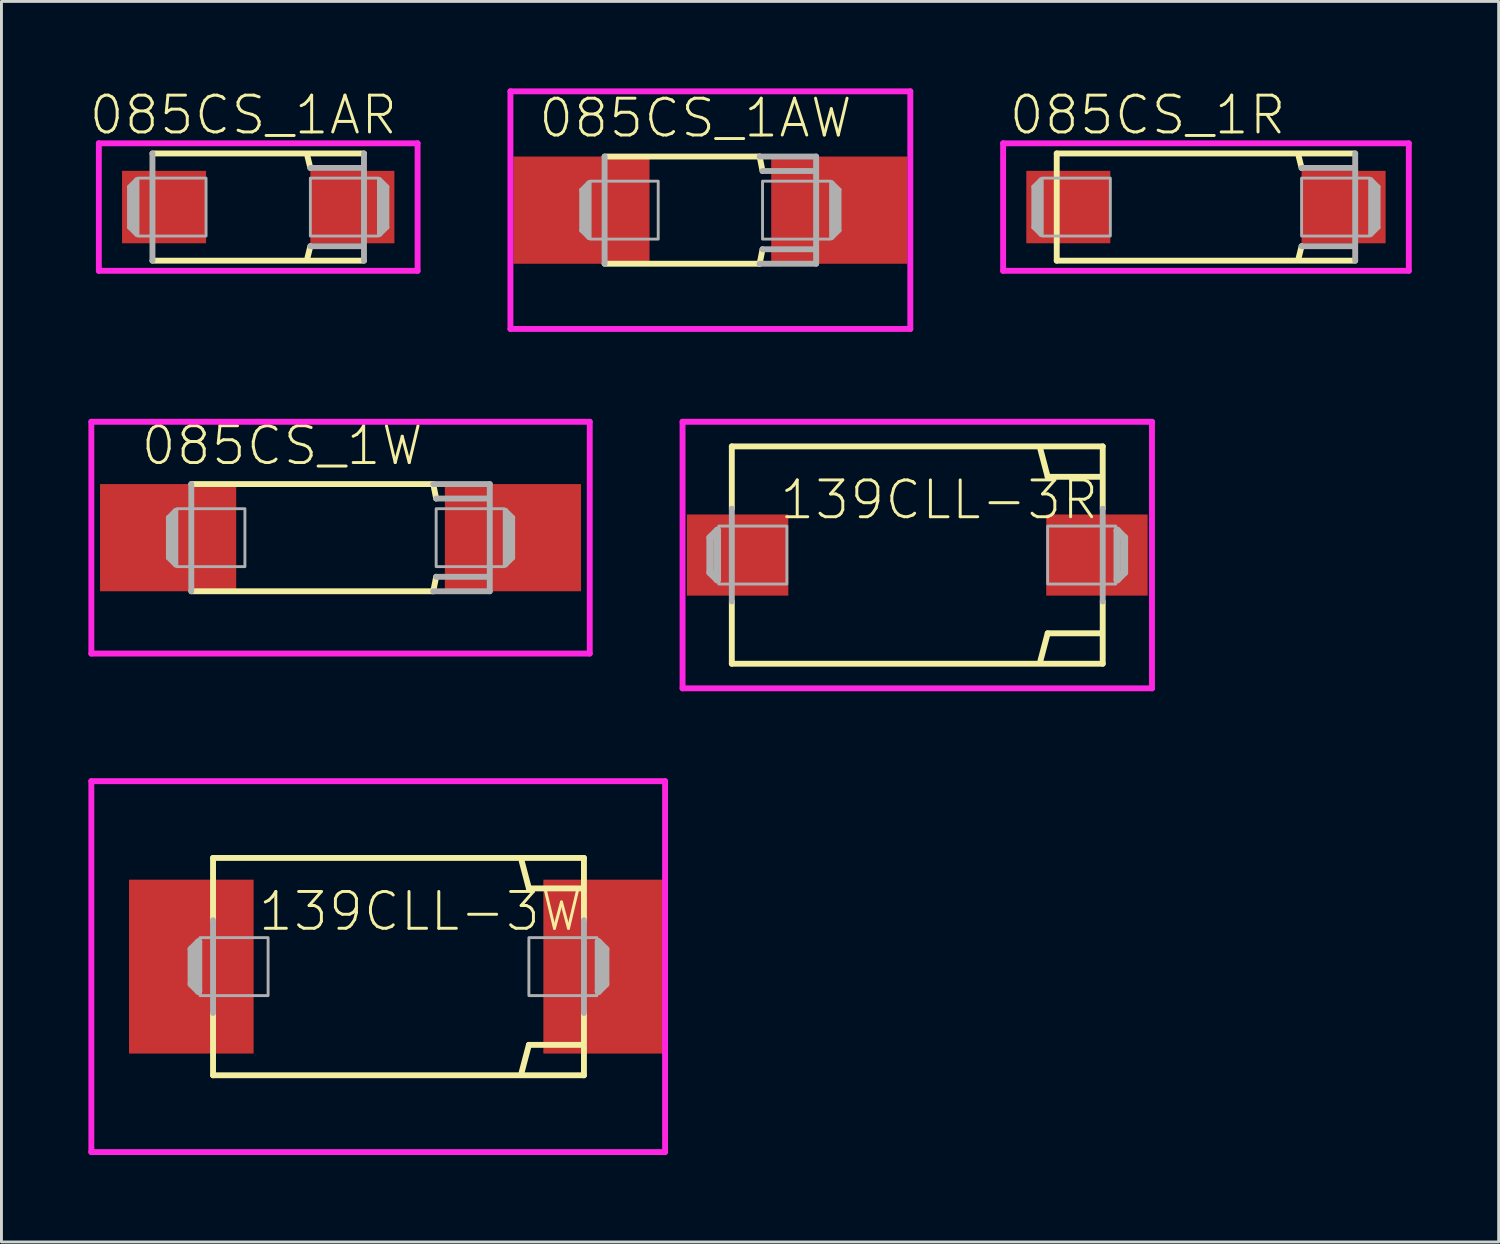
<source format=kicad_pcb>
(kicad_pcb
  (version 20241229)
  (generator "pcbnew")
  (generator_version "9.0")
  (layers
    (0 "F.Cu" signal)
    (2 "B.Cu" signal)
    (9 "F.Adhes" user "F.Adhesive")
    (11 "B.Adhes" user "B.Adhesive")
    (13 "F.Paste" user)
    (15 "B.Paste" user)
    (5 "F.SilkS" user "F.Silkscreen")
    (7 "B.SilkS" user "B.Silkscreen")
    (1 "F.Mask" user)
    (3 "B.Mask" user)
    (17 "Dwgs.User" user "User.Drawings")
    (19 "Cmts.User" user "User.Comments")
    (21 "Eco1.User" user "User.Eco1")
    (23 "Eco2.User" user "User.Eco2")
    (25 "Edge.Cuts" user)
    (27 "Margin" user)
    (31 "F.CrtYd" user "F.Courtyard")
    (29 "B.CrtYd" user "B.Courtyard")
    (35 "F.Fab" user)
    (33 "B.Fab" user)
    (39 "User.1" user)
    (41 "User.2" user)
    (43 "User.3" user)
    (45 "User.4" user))
  (footprint "085CS_1AW"
    (layer "F.Cu")
    (at 21.465 4.202)
    (property "Reference" "085CS_1AW" (at -0.514 -3.175 0) (layer "F.SilkS") (effects (font (size 1.27 1.27) (thickness 0.102))))
    (attr through_hole)
    (fp_line (start -3.65 1.85) (end 1.7 1.85) (stroke (width 0.203) (type solid)) (layer "F.SilkS"))
    (fp_line (start 1.7 -1.85) (end -3.65 -1.85) (stroke (width 0.203) (type solid)) (layer "F.SilkS"))
    (fp_line (start 1.8 -1.35) (end 1.7 -1.85) (stroke (width 0.203) (type solid)) (layer "F.SilkS"))
    (fp_line (start 1.8 1.35) (end 1.7 1.85) (stroke (width 0.203) (type solid)) (layer "F.SilkS"))
    (fp_line (start -6.9 -4.1) (end -6.9 4.1) (stroke (width 0.203) (type solid)) (layer "F.CrtYd"))
    (fp_line (start -6.9 -4.1) (end 6.9 -4.1) (stroke (width 0.203) (type solid)) (layer "F.CrtYd"))
    (fp_line (start -6.9 4.1) (end 6.9 4.1) (stroke (width 0.203) (type solid)) (layer "F.CrtYd"))
    (fp_line (start 6.9 -4.1) (end 6.9 4.1) (stroke (width 0.203) (type solid)) (layer "F.CrtYd"))
    (fp_line (start -4.45 -0.7) (end -4.45 0.7) (stroke (width 0.15) (type solid)) (layer "F.Fab"))
    (fp_line (start -4.45 0.7) (end -4.2 0.95) (stroke (width 0.15) (type solid)) (layer "F.Fab"))
    (fp_line (start -4.3 -0.75) (end -4.3 0.75) (stroke (width 0.203) (type solid)) (layer "F.Fab"))
    (fp_line (start -4.2 -0.95) (end -4.45 -0.7) (stroke (width 0.15) (type solid)) (layer "F.Fab"))
    (fp_line (start -4.2 0.95) (end -4.2 -0.95) (stroke (width 0.15) (type solid)) (layer "F.Fab"))
    (fp_line (start -3.65 -1.85) (end -3.65 1.85) (stroke (width 0.203) (type solid)) (layer "F.Fab"))
    (fp_line (start 1.7 1.85) (end 3.65 1.85) (stroke (width 0.203) (type solid)) (layer "F.Fab"))
    (fp_line (start 3.55 -1.35) (end 1.8 -1.35) (stroke (width 0.203) (type solid)) (layer "F.Fab"))
    (fp_line (start 3.6 1.35) (end 1.8 1.35) (stroke (width 0.203) (type solid)) (layer "F.Fab"))
    (fp_line (start 3.65 -1.85) (end 1.7 -1.85) (stroke (width 0.203) (type solid)) (layer "F.Fab"))
    (fp_line (start 3.65 1.85) (end 3.65 -1.85) (stroke (width 0.203) (type solid)) (layer "F.Fab"))
    (fp_line (start 4.2 -0.95) (end 4.2 0.95) (stroke (width 0.15) (type solid)) (layer "F.Fab"))
    (fp_line (start 4.2 0.95) (end 4.45 0.7) (stroke (width 0.15) (type solid)) (layer "F.Fab"))
    (fp_line (start 4.3 0.75) (end 4.3 -0.75) (stroke (width 0.203) (type solid)) (layer "F.Fab"))
    (fp_line (start 4.45 -0.7) (end 4.2 -0.95) (stroke (width 0.15) (type solid)) (layer "F.Fab"))
    (fp_line (start 4.45 0.7) (end 4.45 -0.7) (stroke (width 0.15) (type solid)) (layer "F.Fab"))
    (fp_poly (pts (xy -4.15 -1) (xy -1.8 -1) (xy -1.8 1) (xy -4.15 1)) (stroke (width 0.1) (type solid)) (fill no) (layer "F.Fab"))
    (fp_poly (pts (xy 1.8 -1) (xy 4.15 -1) (xy 4.15 1) (xy 1.8 1)) (stroke (width 0.1) (type solid)) (fill no) (layer "F.Fab"))
    (pad "+" smd rect (at 4.45 0) (size 4.7 3.7) (layers "F.Cu" "F.Mask" "F.Paste"))
    (pad "-" smd rect (at -4.45 0) (size 4.7 3.7) (layers "F.Cu" "F.Mask" "F.Paste")))
  (footprint "139CLL-3R"
    (layer "F.Cu")
    (at 28.605 16.105)
    (property "Reference" "139CLL-3R" (at 0.756 -1.905 0) (layer "F.SilkS") (effects (font (size 1.27 1.27) (thickness 0.102))))
    (attr through_hole)
    (fp_line (start -6.4 -3.75) (end 6.4 -3.75) (stroke (width 0.203) (type solid)) (layer "F.SilkS"))
    (fp_line (start -6.4 -1.6) (end -6.4 -3.75) (stroke (width 0.203) (type solid)) (layer "F.SilkS"))
    (fp_line (start -6.4 3.75) (end -6.4 1.6) (stroke (width 0.203) (type solid)) (layer "F.SilkS"))
    (fp_line (start 4.5 -2.7) (end 4.25 -3.65) (stroke (width 0.203) (type solid)) (layer "F.SilkS"))
    (fp_line (start 4.5 2.7) (end 4.25 3.65) (stroke (width 0.203) (type solid)) (layer "F.SilkS"))
    (fp_line (start 6.35 -2.7) (end 4.5 -2.7) (stroke (width 0.203) (type solid)) (layer "F.SilkS"))
    (fp_line (start 6.35 2.7) (end 4.5 2.7) (stroke (width 0.203) (type solid)) (layer "F.SilkS"))
    (fp_line (start 6.4 -3.75) (end 6.4 -1.6) (stroke (width 0.203) (type solid)) (layer "F.SilkS"))
    (fp_line (start 6.4 1.6) (end 6.4 3.75) (stroke (width 0.203) (type solid)) (layer "F.SilkS"))
    (fp_line (start 6.4 3.75) (end -6.4 3.75) (stroke (width 0.203) (type solid)) (layer "F.SilkS"))
    (fp_line (start -8.1 -4.6) (end -8.1 4.6) (stroke (width 0.203) (type solid)) (layer "F.CrtYd"))
    (fp_line (start -8.1 4.6) (end 8.1 4.6) (stroke (width 0.203) (type solid)) (layer "F.CrtYd"))
    (fp_line (start 8.1 -4.6) (end -8.1 -4.6) (stroke (width 0.203) (type solid)) (layer "F.CrtYd"))
    (fp_line (start 8.1 4.6) (end 8.1 -4.6) (stroke (width 0.203) (type solid)) (layer "F.CrtYd"))
    (fp_line (start -7.15 -0.6) (end -6.9 -0.85) (stroke (width 0.254) (type solid)) (layer "F.Fab"))
    (fp_line (start -7.15 0.6) (end -7.15 -0.6) (stroke (width 0.254) (type solid)) (layer "F.Fab"))
    (fp_line (start -6.9 -0.85) (end -6.9 0.85) (stroke (width 0.254) (type solid)) (layer "F.Fab"))
    (fp_line (start -6.9 0.85) (end -7.15 0.6) (stroke (width 0.254) (type solid)) (layer "F.Fab"))
    (fp_line (start -6.4 1.6) (end -6.4 -1.6) (stroke (width 0.203) (type solid)) (layer "F.Fab"))
    (fp_line (start 6.4 -1.6) (end 6.4 1.6) (stroke (width 0.203) (type solid)) (layer "F.Fab"))
    (fp_line (start 6.9 -0.85) (end 7.15 -0.6) (stroke (width 0.254) (type solid)) (layer "F.Fab"))
    (fp_line (start 6.9 0.85) (end 6.9 -0.85) (stroke (width 0.254) (type solid)) (layer "F.Fab"))
    (fp_line (start 7.15 -0.6) (end 7.15 0.6) (stroke (width 0.254) (type solid)) (layer "F.Fab"))
    (fp_line (start 7.15 0.6) (end 6.9 0.85) (stroke (width 0.254) (type solid)) (layer "F.Fab"))
    (fp_poly (pts (xy -6.85 -1) (xy -4.5 -1) (xy -4.5 1) (xy -6.85 1)) (stroke (width 0.1) (type solid)) (fill no) (layer "F.Fab"))
    (fp_poly (pts (xy 4.5 -1) (xy 6.85 -1) (xy 6.85 1) (xy 4.5 1)) (stroke (width 0.1) (type solid)) (fill no) (layer "F.Fab"))
    (pad "+" smd rect (at 6.2 0) (size 3.5 2.8) (layers "F.Cu" "F.Mask" "F.Paste"))
    (pad "-" smd rect (at -6.2 0) (size 3.5 2.8) (layers "F.Cu" "F.Mask" "F.Paste")))
  (footprint "085CS_1AR"
    (layer "F.Cu")
    (at 5.861 4.096)
    (property "Reference" "085CS_1AR" (at -0.514 -3.175 0) (layer "F.SilkS") (effects (font (size 1.27 1.27) (thickness 0.102))))
    (attr through_hole)
    (fp_line (start -3.65 1.85) (end 3.65 1.85) (stroke (width 0.203) (type solid)) (layer "F.SilkS"))
    (fp_line (start 1.8 -1.35) (end 1.7 -1.75) (stroke (width 0.203) (type solid)) (layer "F.SilkS"))
    (fp_line (start 1.8 1.35) (end 1.7 1.75) (stroke (width 0.203) (type solid)) (layer "F.SilkS"))
    (fp_line (start 3.65 -1.85) (end -3.65 -1.85) (stroke (width 0.203) (type solid)) (layer "F.SilkS"))
    (fp_line (start -5.5 -2.2) (end -5.5 2.2) (stroke (width 0.203) (type solid)) (layer "F.CrtYd"))
    (fp_line (start -5.5 -2.2) (end 5.5 -2.2) (stroke (width 0.203) (type solid)) (layer "F.CrtYd"))
    (fp_line (start -5.5 2.2) (end 5.5 2.2) (stroke (width 0.203) (type solid)) (layer "F.CrtYd"))
    (fp_line (start 5.5 -2.2) (end 5.5 2.2) (stroke (width 0.203) (type solid)) (layer "F.CrtYd"))
    (fp_line (start -4.45 -0.7) (end -4.45 0.7) (stroke (width 0.15) (type solid)) (layer "F.Fab"))
    (fp_line (start -4.45 0.7) (end -4.2 0.95) (stroke (width 0.15) (type solid)) (layer "F.Fab"))
    (fp_line (start -4.3 -0.75) (end -4.3 0.75) (stroke (width 0.203) (type solid)) (layer "F.Fab"))
    (fp_line (start -4.2 -0.95) (end -4.45 -0.7) (stroke (width 0.15) (type solid)) (layer "F.Fab"))
    (fp_line (start -4.2 0.95) (end -4.2 -0.95) (stroke (width 0.15) (type solid)) (layer "F.Fab"))
    (fp_line (start -3.65 -1.85) (end -3.65 1.85) (stroke (width 0.203) (type solid)) (layer "F.Fab"))
    (fp_line (start 3.55 -1.35) (end 1.8 -1.35) (stroke (width 0.203) (type solid)) (layer "F.Fab"))
    (fp_line (start 3.6 1.35) (end 1.8 1.35) (stroke (width 0.203) (type solid)) (layer "F.Fab"))
    (fp_line (start 3.65 1.85) (end 3.65 -1.85) (stroke (width 0.203) (type solid)) (layer "F.Fab"))
    (fp_line (start 4.2 -0.95) (end 4.2 0.95) (stroke (width 0.15) (type solid)) (layer "F.Fab"))
    (fp_line (start 4.2 0.95) (end 4.45 0.7) (stroke (width 0.15) (type solid)) (layer "F.Fab"))
    (fp_line (start 4.3 0.75) (end 4.3 -0.75) (stroke (width 0.203) (type solid)) (layer "F.Fab"))
    (fp_line (start 4.45 -0.7) (end 4.2 -0.95) (stroke (width 0.15) (type solid)) (layer "F.Fab"))
    (fp_line (start 4.45 0.7) (end 4.45 -0.7) (stroke (width 0.15) (type solid)) (layer "F.Fab"))
    (fp_poly (pts (xy -4.15 -1) (xy -1.8 -1) (xy -1.8 1) (xy -4.15 1)) (stroke (width 0.1) (type solid)) (fill no) (layer "F.Fab"))
    (fp_poly (pts (xy 1.8 -1) (xy 4.15 -1) (xy 4.15 1) (xy 1.8 1)) (stroke (width 0.1) (type solid)) (fill no) (layer "F.Fab"))
    (pad "+" smd rect (at 3.25 0) (size 2.9 2.5) (layers "F.Cu" "F.Mask" "F.Paste"))
    (pad "-" smd rect (at -3.25 0) (size 2.9 2.5) (layers "F.Cu" "F.Mask" "F.Paste")))
  (footprint "085CS_1W"
    (layer "F.Cu")
    (at 8.702 15.505)
    (property "Reference" "085CS_1W" (at -2.014 -3.175 0) (layer "F.SilkS") (effects (font (size 1.27 1.27) (thickness 0.102))))
    (attr through_hole)
    (fp_line (start -5.15 1.85) (end 3.2 1.85) (stroke (width 0.203) (type solid)) (layer "F.SilkS"))
    (fp_line (start 3.2 -1.85) (end -5.15 -1.85) (stroke (width 0.203) (type solid)) (layer "F.SilkS"))
    (fp_line (start 3.3 -1.35) (end 3.2 -1.85) (stroke (width 0.203) (type solid)) (layer "F.SilkS"))
    (fp_line (start 3.3 1.35) (end 3.2 1.85) (stroke (width 0.203) (type solid)) (layer "F.SilkS"))
    (fp_line (start -8.6 -4) (end -8.6 4) (stroke (width 0.203) (type solid)) (layer "F.CrtYd"))
    (fp_line (start -8.6 -4) (end 8.6 -4) (stroke (width 0.203) (type solid)) (layer "F.CrtYd"))
    (fp_line (start -8.6 4) (end 8.6 4) (stroke (width 0.203) (type solid)) (layer "F.CrtYd"))
    (fp_line (start 8.6 -4) (end 8.6 4) (stroke (width 0.203) (type solid)) (layer "F.CrtYd"))
    (fp_line (start -5.95 -0.7) (end -5.95 0.7) (stroke (width 0.15) (type solid)) (layer "F.Fab"))
    (fp_line (start -5.95 0.7) (end -5.7 0.95) (stroke (width 0.15) (type solid)) (layer "F.Fab"))
    (fp_line (start -5.8 -0.75) (end -5.8 0.75) (stroke (width 0.203) (type solid)) (layer "F.Fab"))
    (fp_line (start -5.7 -0.95) (end -5.95 -0.7) (stroke (width 0.15) (type solid)) (layer "F.Fab"))
    (fp_line (start -5.7 0.95) (end -5.7 -0.95) (stroke (width 0.15) (type solid)) (layer "F.Fab"))
    (fp_line (start -5.15 -1.85) (end -5.15 1.85) (stroke (width 0.203) (type solid)) (layer "F.Fab"))
    (fp_line (start 3.2 1.85) (end 5.15 1.85) (stroke (width 0.203) (type solid)) (layer "F.Fab"))
    (fp_line (start 5.05 -1.35) (end 3.3 -1.35) (stroke (width 0.203) (type solid)) (layer "F.Fab"))
    (fp_line (start 5.1 1.35) (end 3.3 1.35) (stroke (width 0.203) (type solid)) (layer "F.Fab"))
    (fp_line (start 5.15 -1.85) (end 3.2 -1.85) (stroke (width 0.203) (type solid)) (layer "F.Fab"))
    (fp_line (start 5.15 1.85) (end 5.15 -1.85) (stroke (width 0.203) (type solid)) (layer "F.Fab"))
    (fp_line (start 5.7 -0.95) (end 5.7 0.95) (stroke (width 0.15) (type solid)) (layer "F.Fab"))
    (fp_line (start 5.7 0.95) (end 5.95 0.7) (stroke (width 0.15) (type solid)) (layer "F.Fab"))
    (fp_line (start 5.8 0.75) (end 5.8 -0.75) (stroke (width 0.203) (type solid)) (layer "F.Fab"))
    (fp_line (start 5.95 -0.7) (end 5.7 -0.95) (stroke (width 0.15) (type solid)) (layer "F.Fab"))
    (fp_line (start 5.95 0.7) (end 5.95 -0.7) (stroke (width 0.15) (type solid)) (layer "F.Fab"))
    (fp_poly (pts (xy -5.65 -1) (xy -3.3 -1) (xy -3.3 1) (xy -5.65 1)) (stroke (width 0.1) (type solid)) (fill no) (layer "F.Fab"))
    (fp_poly (pts (xy 3.3 -1) (xy 5.65 -1) (xy 5.65 1) (xy 3.3 1)) (stroke (width 0.1) (type solid)) (fill no) (layer "F.Fab"))
    (pad "+" smd rect (at 5.95 0) (size 4.7 3.7) (layers "F.Cu" "F.Mask" "F.Paste"))
    (pad "-" smd rect (at -5.95 0) (size 4.7 3.7) (layers "F.Cu" "F.Mask" "F.Paste")))
  (footprint "139CLL-3W"
    (layer "F.Cu")
    (at 10.702 30.308)
    (property "Reference" "139CLL-3W" (at 0.756 -1.905 0) (layer "F.SilkS") (effects (font (size 1.27 1.27) (thickness 0.102))))
    (attr through_hole)
    (fp_line (start -6.4 -3.75) (end 6.4 -3.75) (stroke (width 0.203) (type solid)) (layer "F.SilkS"))
    (fp_line (start -6.4 -1.6) (end -6.4 -3.75) (stroke (width 0.203) (type solid)) (layer "F.SilkS"))
    (fp_line (start -6.4 3.75) (end -6.4 1.6) (stroke (width 0.203) (type solid)) (layer "F.SilkS"))
    (fp_line (start 4.5 -2.7) (end 4.25 -3.65) (stroke (width 0.203) (type solid)) (layer "F.SilkS"))
    (fp_line (start 4.5 2.7) (end 4.25 3.65) (stroke (width 0.203) (type solid)) (layer "F.SilkS"))
    (fp_line (start 6.35 -2.7) (end 4.5 -2.7) (stroke (width 0.203) (type solid)) (layer "F.SilkS"))
    (fp_line (start 6.35 2.7) (end 4.5 2.7) (stroke (width 0.203) (type solid)) (layer "F.SilkS"))
    (fp_line (start 6.4 -3.75) (end 6.4 -1.6) (stroke (width 0.203) (type solid)) (layer "F.SilkS"))
    (fp_line (start 6.4 1.6) (end 6.4 3.75) (stroke (width 0.203) (type solid)) (layer "F.SilkS"))
    (fp_line (start 6.4 3.75) (end -6.4 3.75) (stroke (width 0.203) (type solid)) (layer "F.SilkS"))
    (fp_line (start -10.6 -6.4) (end -10.6 6.4) (stroke (width 0.203) (type solid)) (layer "F.CrtYd"))
    (fp_line (start -10.6 6.4) (end 9.2 6.4) (stroke (width 0.203) (type solid)) (layer "F.CrtYd"))
    (fp_line (start 9.2 -6.4) (end -10.6 -6.4) (stroke (width 0.203) (type solid)) (layer "F.CrtYd"))
    (fp_line (start 9.2 6.4) (end 9.2 -6.4) (stroke (width 0.203) (type solid)) (layer "F.CrtYd"))
    (fp_line (start -7.15 -0.6) (end -6.9 -0.85) (stroke (width 0.254) (type solid)) (layer "F.Fab"))
    (fp_line (start -7.15 0.6) (end -7.15 -0.6) (stroke (width 0.254) (type solid)) (layer "F.Fab"))
    (fp_line (start -6.9 -0.85) (end -6.9 0.85) (stroke (width 0.254) (type solid)) (layer "F.Fab"))
    (fp_line (start -6.9 0.85) (end -7.15 0.6) (stroke (width 0.254) (type solid)) (layer "F.Fab"))
    (fp_line (start -6.4 1.6) (end -6.4 -1.6) (stroke (width 0.203) (type solid)) (layer "F.Fab"))
    (fp_line (start 6.4 -1.6) (end 6.4 1.6) (stroke (width 0.203) (type solid)) (layer "F.Fab"))
    (fp_line (start 6.9 -0.85) (end 7.15 -0.6) (stroke (width 0.254) (type solid)) (layer "F.Fab"))
    (fp_line (start 6.9 0.85) (end 6.9 -0.85) (stroke (width 0.254) (type solid)) (layer "F.Fab"))
    (fp_line (start 7.15 -0.6) (end 7.15 0.6) (stroke (width 0.254) (type solid)) (layer "F.Fab"))
    (fp_line (start 7.15 0.6) (end 6.9 0.85) (stroke (width 0.254) (type solid)) (layer "F.Fab"))
    (fp_poly (pts (xy -6.85 -1) (xy -4.5 -1) (xy -4.5 1) (xy -6.85 1)) (stroke (width 0.1) (type solid)) (fill no) (layer "F.Fab"))
    (fp_poly (pts (xy 4.5 -1) (xy 6.85 -1) (xy 6.85 1) (xy 4.5 1)) (stroke (width 0.1) (type solid)) (fill no) (layer "F.Fab"))
    (pad "+" smd rect (at 7.15 0) (size 4.3 6) (layers "F.Cu" "F.Mask" "F.Paste"))
    (pad "-" smd rect (at -7.15 0) (size 4.3 6) (layers "F.Cu" "F.Mask" "F.Paste")))
  (footprint "085CS_1R"
    (layer "F.Cu")
    (at 38.568 4.096)
    (property "Reference" "085CS_1R" (at -2.014 -3.175 0) (layer "F.SilkS") (effects (font (size 1.27 1.27) (thickness 0.102))))
    (attr through_hole)
    (fp_line (start -5.15 -1.85) (end -5.15 1.85) (stroke (width 0.203) (type solid)) (layer "F.SilkS"))
    (fp_line (start -5.15 1.85) (end 5.15 1.85) (stroke (width 0.203) (type solid)) (layer "F.SilkS"))
    (fp_line (start 3.3 -1.35) (end 3.2 -1.75) (stroke (width 0.203) (type solid)) (layer "F.SilkS"))
    (fp_line (start 3.3 1.35) (end 3.2 1.75) (stroke (width 0.203) (type solid)) (layer "F.SilkS"))
    (fp_line (start 5.15 -1.85) (end -5.15 -1.85) (stroke (width 0.203) (type solid)) (layer "F.SilkS"))
    (fp_line (start -7 -2.2) (end -7 2.2) (stroke (width 0.203) (type solid)) (layer "F.CrtYd"))
    (fp_line (start -7 -2.2) (end 7 -2.2) (stroke (width 0.203) (type solid)) (layer "F.CrtYd"))
    (fp_line (start -7 2.2) (end 7 2.2) (stroke (width 0.203) (type solid)) (layer "F.CrtYd"))
    (fp_line (start 7 -2.2) (end 7 2.2) (stroke (width 0.203) (type solid)) (layer "F.CrtYd"))
    (fp_line (start -5.95 -0.7) (end -5.95 0.7) (stroke (width 0.15) (type solid)) (layer "F.Fab"))
    (fp_line (start -5.95 0.7) (end -5.7 0.95) (stroke (width 0.15) (type solid)) (layer "F.Fab"))
    (fp_line (start -5.8 -0.75) (end -5.8 0.75) (stroke (width 0.203) (type solid)) (layer "F.Fab"))
    (fp_line (start -5.7 -0.95) (end -5.95 -0.7) (stroke (width 0.15) (type solid)) (layer "F.Fab"))
    (fp_line (start -5.7 0.95) (end -5.7 -0.95) (stroke (width 0.15) (type solid)) (layer "F.Fab"))
    (fp_line (start 5.05 -1.35) (end 3.3 -1.35) (stroke (width 0.203) (type solid)) (layer "F.Fab"))
    (fp_line (start 5.1 1.35) (end 3.3 1.35) (stroke (width 0.203) (type solid)) (layer "F.Fab"))
    (fp_line (start 5.15 1.85) (end 5.15 -1.85) (stroke (width 0.203) (type solid)) (layer "F.Fab"))
    (fp_line (start 5.7 -0.95) (end 5.7 0.95) (stroke (width 0.15) (type solid)) (layer "F.Fab"))
    (fp_line (start 5.7 0.95) (end 5.95 0.7) (stroke (width 0.15) (type solid)) (layer "F.Fab"))
    (fp_line (start 5.8 0.75) (end 5.8 -0.75) (stroke (width 0.203) (type solid)) (layer "F.Fab"))
    (fp_line (start 5.95 -0.7) (end 5.7 -0.95) (stroke (width 0.15) (type solid)) (layer "F.Fab"))
    (fp_line (start 5.95 0.7) (end 5.95 -0.7) (stroke (width 0.15) (type solid)) (layer "F.Fab"))
    (fp_poly (pts (xy -5.65 -1) (xy -3.3 -1) (xy -3.3 1) (xy -5.65 1)) (stroke (width 0.1) (type solid)) (fill no) (layer "F.Fab"))
    (fp_poly (pts (xy 3.3 -1) (xy 5.65 -1) (xy 5.65 1) (xy 3.3 1)) (stroke (width 0.1) (type solid)) (fill no) (layer "F.Fab"))
    (pad "+" smd rect (at 4.75 0) (size 2.9 2.5) (layers "F.Cu" "F.Mask" "F.Paste"))
    (pad "-" smd rect (at -4.75 0) (size 2.9 2.5) (layers "F.Cu" "F.Mask" "F.Paste")))
  (gr_rect
    (start -3 -3)
    (end 48.669 39.81)
    (stroke (width 0.1) (type default))
    (fill no)
    (layer "Edge.Cuts")))
</source>
